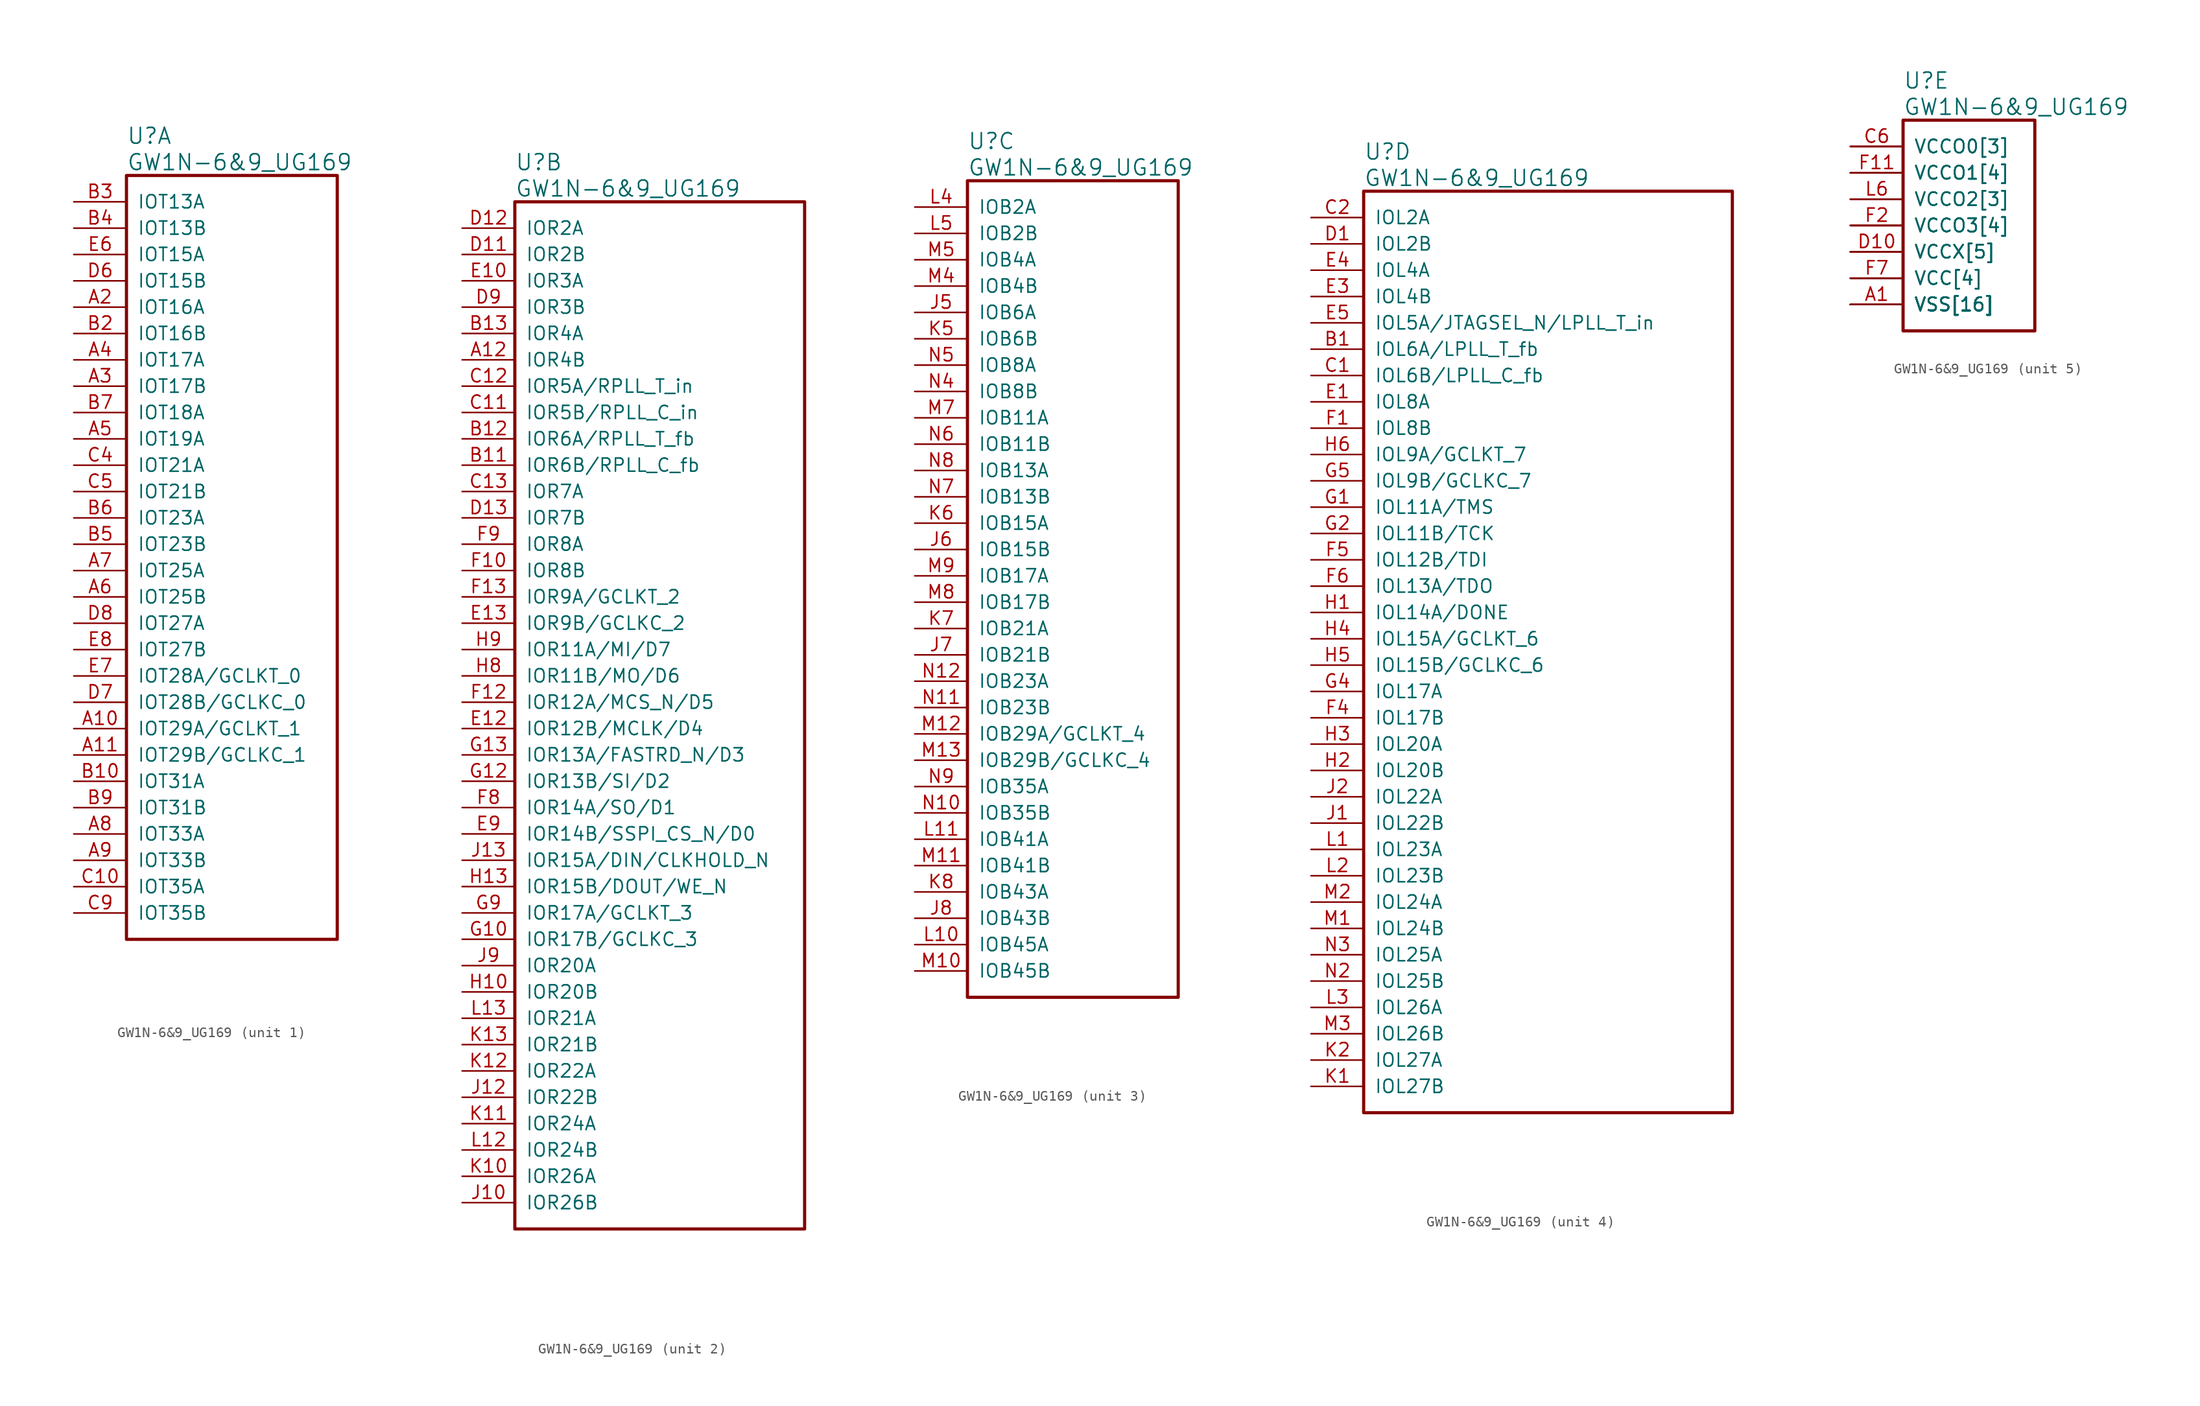
<source format=kicad_sym>
(kicad_symbol_lib
  (version 20220914)
  (generator kicad_symbol_editor)
  (symbol "GW1N-6&9_UG169"
    (pin_names
      (offset 1.016))
    (property "Reference" "U"
      (at 5.08 6.35 0)
      (effects (font (size 1.524 1.524)) (justify left)))
    (property "Value" "GW1N-6&9_UG169"
      (at 5.08 3.81 0)
      (effects (font (size 1.524 1.524)) (justify left)))
    (property "ki_locked" ""
      (at 0 0 0)
      (effects (font (size 1.27 1.27))))
    (symbol "GW1N-6&9_UG169_1_1"
      (rectangle (start 5.08 2.54) (end 25.4 -71.12) (stroke (width 0.305) (type solid)) (fill (type none)))
      (pin bidirectional line (at 0 -50.8 0) (length 5.08) (name "IOT29A/GCLKT_1" (effects (font (size 1.27 1.27)))) (number "A10" (effects (font (size 1.27 1.27)))))
      (pin bidirectional line (at 0 -53.34 0) (length 5.08) (name "IOT29B/GCLKC_1" (effects (font (size 1.27 1.27)))) (number "A11" (effects (font (size 1.27 1.27)))))
      (pin bidirectional line (at 0 -10.16 0) (length 5.08) (name "IOT16A" (effects (font (size 1.27 1.27)))) (number "A2" (effects (font (size 1.27 1.27)))))
      (pin bidirectional line (at 0 -17.78 0) (length 5.08) (name "IOT17B" (effects (font (size 1.27 1.27)))) (number "A3" (effects (font (size 1.27 1.27)))))
      (pin bidirectional line (at 0 -15.24 0) (length 5.08) (name "IOT17A" (effects (font (size 1.27 1.27)))) (number "A4" (effects (font (size 1.27 1.27)))))
      (pin bidirectional line (at 0 -22.86 0) (length 5.08) (name "IOT19A" (effects (font (size 1.27 1.27)))) (number "A5" (effects (font (size 1.27 1.27)))))
      (pin bidirectional line (at 0 -38.1 0) (length 5.08) (name "IOT25B" (effects (font (size 1.27 1.27)))) (number "A6" (effects (font (size 1.27 1.27)))))
      (pin bidirectional line (at 0 -35.56 0) (length 5.08) (name "IOT25A" (effects (font (size 1.27 1.27)))) (number "A7" (effects (font (size 1.27 1.27)))))
      (pin bidirectional line (at 0 -60.96 0) (length 5.08) (name "IOT33A" (effects (font (size 1.27 1.27)))) (number "A8" (effects (font (size 1.27 1.27)))))
      (pin bidirectional line (at 0 -63.5 0) (length 5.08) (name "IOT33B" (effects (font (size 1.27 1.27)))) (number "A9" (effects (font (size 1.27 1.27)))))
      (pin bidirectional line (at 0 -55.88 0) (length 5.08) (name "IOT31A" (effects (font (size 1.27 1.27)))) (number "B10" (effects (font (size 1.27 1.27)))))
      (pin bidirectional line (at 0 -12.7 0) (length 5.08) (name "IOT16B" (effects (font (size 1.27 1.27)))) (number "B2" (effects (font (size 1.27 1.27)))))
      (pin bidirectional line (at 0 0 0) (length 5.08) (name "IOT13A" (effects (font (size 1.27 1.27)))) (number "B3" (effects (font (size 1.27 1.27)))))
      (pin bidirectional line (at 0 -2.54 0) (length 5.08) (name "IOT13B" (effects (font (size 1.27 1.27)))) (number "B4" (effects (font (size 1.27 1.27)))))
      (pin bidirectional line (at 0 -33.02 0) (length 5.08) (name "IOT23B" (effects (font (size 1.27 1.27)))) (number "B5" (effects (font (size 1.27 1.27)))))
      (pin bidirectional line (at 0 -30.48 0) (length 5.08) (name "IOT23A" (effects (font (size 1.27 1.27)))) (number "B6" (effects (font (size 1.27 1.27)))))
      (pin bidirectional line (at 0 -20.32 0) (length 5.08) (name "IOT18A" (effects (font (size 1.27 1.27)))) (number "B7" (effects (font (size 1.27 1.27)))))
      (pin bidirectional line (at 0 -58.42 0) (length 5.08) (name "IOT31B" (effects (font (size 1.27 1.27)))) (number "B9" (effects (font (size 1.27 1.27)))))
      (pin bidirectional line (at 0 -66.04 0) (length 5.08) (name "IOT35A" (effects (font (size 1.27 1.27)))) (number "C10" (effects (font (size 1.27 1.27)))))
      (pin bidirectional line (at 0 -25.4 0) (length 5.08) (name "IOT21A" (effects (font (size 1.27 1.27)))) (number "C4" (effects (font (size 1.27 1.27)))))
      (pin bidirectional line (at 0 -27.94 0) (length 5.08) (name "IOT21B" (effects (font (size 1.27 1.27)))) (number "C5" (effects (font (size 1.27 1.27)))))
      (pin bidirectional line (at 0 -68.58 0) (length 5.08) (name "IOT35B" (effects (font (size 1.27 1.27)))) (number "C9" (effects (font (size 1.27 1.27)))))
      (pin bidirectional line (at 0 -7.62 0) (length 5.08) (name "IOT15B" (effects (font (size 1.27 1.27)))) (number "D6" (effects (font (size 1.27 1.27)))))
      (pin bidirectional line (at 0 -48.26 0) (length 5.08) (name "IOT28B/GCLKC_0" (effects (font (size 1.27 1.27)))) (number "D7" (effects (font (size 1.27 1.27)))))
      (pin bidirectional line (at 0 -40.64 0) (length 5.08) (name "IOT27A" (effects (font (size 1.27 1.27)))) (number "D8" (effects (font (size 1.27 1.27)))))
      (pin bidirectional line (at 0 -5.08 0) (length 5.08) (name "IOT15A" (effects (font (size 1.27 1.27)))) (number "E6" (effects (font (size 1.27 1.27)))))
      (pin bidirectional line (at 0 -45.72 0) (length 5.08) (name "IOT28A/GCLKT_0" (effects (font (size 1.27 1.27)))) (number "E7" (effects (font (size 1.27 1.27)))))
      (pin bidirectional line (at 0 -43.18 0) (length 5.08) (name "IOT27B" (effects (font (size 1.27 1.27)))) (number "E8" (effects (font (size 1.27 1.27))))))
    (symbol "GW1N-6&9_UG169_2_1"
      (rectangle (start 5.08 2.54) (end 33.02 -96.52) (stroke (width 0.305) (type solid)) (fill (type none)))
      (pin bidirectional line (at 0 -12.7 0) (length 5.08) (name "IOR4B" (effects (font (size 1.27 1.27)))) (number "A12" (effects (font (size 1.27 1.27)))))
      (pin bidirectional line (at 0 -22.86 0) (length 5.08) (name "IOR6B/RPLL_C_fb" (effects (font (size 1.27 1.27)))) (number "B11" (effects (font (size 1.27 1.27)))))
      (pin bidirectional line (at 0 -20.32 0) (length 5.08) (name "IOR6A/RPLL_T_fb" (effects (font (size 1.27 1.27)))) (number "B12" (effects (font (size 1.27 1.27)))))
      (pin bidirectional line (at 0 -10.16 0) (length 5.08) (name "IOR4A" (effects (font (size 1.27 1.27)))) (number "B13" (effects (font (size 1.27 1.27)))))
      (pin bidirectional line (at 0 -17.78 0) (length 5.08) (name "IOR5B/RPLL_C_in" (effects (font (size 1.27 1.27)))) (number "C11" (effects (font (size 1.27 1.27)))))
      (pin bidirectional line (at 0 -15.24 0) (length 5.08) (name "IOR5A/RPLL_T_in" (effects (font (size 1.27 1.27)))) (number "C12" (effects (font (size 1.27 1.27)))))
      (pin bidirectional line (at 0 -25.4 0) (length 5.08) (name "IOR7A" (effects (font (size 1.27 1.27)))) (number "C13" (effects (font (size 1.27 1.27)))))
      (pin bidirectional line (at 0 -2.54 0) (length 5.08) (name "IOR2B" (effects (font (size 1.27 1.27)))) (number "D11" (effects (font (size 1.27 1.27)))))
      (pin bidirectional line (at 0 0 0) (length 5.08) (name "IOR2A" (effects (font (size 1.27 1.27)))) (number "D12" (effects (font (size 1.27 1.27)))))
      (pin bidirectional line (at 0 -27.94 0) (length 5.08) (name "IOR7B" (effects (font (size 1.27 1.27)))) (number "D13" (effects (font (size 1.27 1.27)))))
      (pin bidirectional line (at 0 -7.62 0) (length 5.08) (name "IOR3B" (effects (font (size 1.27 1.27)))) (number "D9" (effects (font (size 1.27 1.27)))))
      (pin bidirectional line (at 0 -5.08 0) (length 5.08) (name "IOR3A" (effects (font (size 1.27 1.27)))) (number "E10" (effects (font (size 1.27 1.27)))))
      (pin bidirectional line (at 0 -48.26 0) (length 5.08) (name "IOR12B/MCLK/D4" (effects (font (size 1.27 1.27)))) (number "E12" (effects (font (size 1.27 1.27)))))
      (pin bidirectional line (at 0 -38.1 0) (length 5.08) (name "IOR9B/GCLKC_2" (effects (font (size 1.27 1.27)))) (number "E13" (effects (font (size 1.27 1.27)))))
      (pin bidirectional line (at 0 -58.42 0) (length 5.08) (name "IOR14B/SSPI_CS_N/D0" (effects (font (size 1.27 1.27)))) (number "E9" (effects (font (size 1.27 1.27)))))
      (pin bidirectional line (at 0 -33.02 0) (length 5.08) (name "IOR8B" (effects (font (size 1.27 1.27)))) (number "F10" (effects (font (size 1.27 1.27)))))
      (pin bidirectional line (at 0 -45.72 0) (length 5.08) (name "IOR12A/MCS_N/D5" (effects (font (size 1.27 1.27)))) (number "F12" (effects (font (size 1.27 1.27)))))
      (pin bidirectional line (at 0 -35.56 0) (length 5.08) (name "IOR9A/GCLKT_2" (effects (font (size 1.27 1.27)))) (number "F13" (effects (font (size 1.27 1.27)))))
      (pin bidirectional line (at 0 -55.88 0) (length 5.08) (name "IOR14A/SO/D1" (effects (font (size 1.27 1.27)))) (number "F8" (effects (font (size 1.27 1.27)))))
      (pin bidirectional line (at 0 -30.48 0) (length 5.08) (name "IOR8A" (effects (font (size 1.27 1.27)))) (number "F9" (effects (font (size 1.27 1.27)))))
      (pin bidirectional line (at 0 -68.58 0) (length 5.08) (name "IOR17B/GCLKC_3" (effects (font (size 1.27 1.27)))) (number "G10" (effects (font (size 1.27 1.27)))))
      (pin bidirectional line (at 0 -53.34 0) (length 5.08) (name "IOR13B/SI/D2" (effects (font (size 1.27 1.27)))) (number "G12" (effects (font (size 1.27 1.27)))))
      (pin bidirectional line (at 0 -50.8 0) (length 5.08) (name "IOR13A/FASTRD_N/D3" (effects (font (size 1.27 1.27)))) (number "G13" (effects (font (size 1.27 1.27)))))
      (pin bidirectional line (at 0 -66.04 0) (length 5.08) (name "IOR17A/GCLKT_3" (effects (font (size 1.27 1.27)))) (number "G9" (effects (font (size 1.27 1.27)))))
      (pin bidirectional line (at 0 -73.66 0) (length 5.08) (name "IOR20B" (effects (font (size 1.27 1.27)))) (number "H10" (effects (font (size 1.27 1.27)))))
      (pin bidirectional line (at 0 -63.5 0) (length 5.08) (name "IOR15B/DOUT/WE_N" (effects (font (size 1.27 1.27)))) (number "H13" (effects (font (size 1.27 1.27)))))
      (pin bidirectional line (at 0 -43.18 0) (length 5.08) (name "IOR11B/MO/D6" (effects (font (size 1.27 1.27)))) (number "H8" (effects (font (size 1.27 1.27)))))
      (pin bidirectional line (at 0 -40.64 0) (length 5.08) (name "IOR11A/MI/D7" (effects (font (size 1.27 1.27)))) (number "H9" (effects (font (size 1.27 1.27)))))
      (pin bidirectional line (at 0 -93.98 0) (length 5.08) (name "IOR26B" (effects (font (size 1.27 1.27)))) (number "J10" (effects (font (size 1.27 1.27)))))
      (pin bidirectional line (at 0 -83.82 0) (length 5.08) (name "IOR22B" (effects (font (size 1.27 1.27)))) (number "J12" (effects (font (size 1.27 1.27)))))
      (pin bidirectional line (at 0 -60.96 0) (length 5.08) (name "IOR15A/DIN/CLKHOLD_N" (effects (font (size 1.27 1.27)))) (number "J13" (effects (font (size 1.27 1.27)))))
      (pin bidirectional line (at 0 -71.12 0) (length 5.08) (name "IOR20A" (effects (font (size 1.27 1.27)))) (number "J9" (effects (font (size 1.27 1.27)))))
      (pin bidirectional line (at 0 -91.44 0) (length 5.08) (name "IOR26A" (effects (font (size 1.27 1.27)))) (number "K10" (effects (font (size 1.27 1.27)))))
      (pin bidirectional line (at 0 -86.36 0) (length 5.08) (name "IOR24A" (effects (font (size 1.27 1.27)))) (number "K11" (effects (font (size 1.27 1.27)))))
      (pin bidirectional line (at 0 -81.28 0) (length 5.08) (name "IOR22A" (effects (font (size 1.27 1.27)))) (number "K12" (effects (font (size 1.27 1.27)))))
      (pin bidirectional line (at 0 -78.74 0) (length 5.08) (name "IOR21B" (effects (font (size 1.27 1.27)))) (number "K13" (effects (font (size 1.27 1.27)))))
      (pin bidirectional line (at 0 -88.9 0) (length 5.08) (name "IOR24B" (effects (font (size 1.27 1.27)))) (number "L12" (effects (font (size 1.27 1.27)))))
      (pin bidirectional line (at 0 -76.2 0) (length 5.08) (name "IOR21A" (effects (font (size 1.27 1.27)))) (number "L13" (effects (font (size 1.27 1.27))))))
    (symbol "GW1N-6&9_UG169_3_1"
      (rectangle (start 5.08 2.54) (end 25.4 -76.2) (stroke (width 0.305) (type solid)) (fill (type none)))
      (pin bidirectional line (at 0 -10.16 0) (length 5.08) (name "IOB6A" (effects (font (size 1.27 1.27)))) (number "J5" (effects (font (size 1.27 1.27)))))
      (pin bidirectional line (at 0 -33.02 0) (length 5.08) (name "IOB15B" (effects (font (size 1.27 1.27)))) (number "J6" (effects (font (size 1.27 1.27)))))
      (pin bidirectional line (at 0 -43.18 0) (length 5.08) (name "IOB21B" (effects (font (size 1.27 1.27)))) (number "J7" (effects (font (size 1.27 1.27)))))
      (pin bidirectional line (at 0 -68.58 0) (length 5.08) (name "IOB43B" (effects (font (size 1.27 1.27)))) (number "J8" (effects (font (size 1.27 1.27)))))
      (pin bidirectional line (at 0 -12.7 0) (length 5.08) (name "IOB6B" (effects (font (size 1.27 1.27)))) (number "K5" (effects (font (size 1.27 1.27)))))
      (pin bidirectional line (at 0 -30.48 0) (length 5.08) (name "IOB15A" (effects (font (size 1.27 1.27)))) (number "K6" (effects (font (size 1.27 1.27)))))
      (pin bidirectional line (at 0 -40.64 0) (length 5.08) (name "IOB21A" (effects (font (size 1.27 1.27)))) (number "K7" (effects (font (size 1.27 1.27)))))
      (pin bidirectional line (at 0 -66.04 0) (length 5.08) (name "IOB43A" (effects (font (size 1.27 1.27)))) (number "K8" (effects (font (size 1.27 1.27)))))
      (pin bidirectional line (at 0 -71.12 0) (length 5.08) (name "IOB45A" (effects (font (size 1.27 1.27)))) (number "L10" (effects (font (size 1.27 1.27)))))
      (pin bidirectional line (at 0 -60.96 0) (length 5.08) (name "IOB41A" (effects (font (size 1.27 1.27)))) (number "L11" (effects (font (size 1.27 1.27)))))
      (pin bidirectional line (at 0 0 0) (length 5.08) (name "IOB2A" (effects (font (size 1.27 1.27)))) (number "L4" (effects (font (size 1.27 1.27)))))
      (pin bidirectional line (at 0 -2.54 0) (length 5.08) (name "IOB2B" (effects (font (size 1.27 1.27)))) (number "L5" (effects (font (size 1.27 1.27)))))
      (pin bidirectional line (at 0 -73.66 0) (length 5.08) (name "IOB45B" (effects (font (size 1.27 1.27)))) (number "M10" (effects (font (size 1.27 1.27)))))
      (pin bidirectional line (at 0 -63.5 0) (length 5.08) (name "IOB41B" (effects (font (size 1.27 1.27)))) (number "M11" (effects (font (size 1.27 1.27)))))
      (pin bidirectional line (at 0 -50.8 0) (length 5.08) (name "IOB29A/GCLKT_4" (effects (font (size 1.27 1.27)))) (number "M12" (effects (font (size 1.27 1.27)))))
      (pin bidirectional line (at 0 -53.34 0) (length 5.08) (name "IOB29B/GCLKC_4" (effects (font (size 1.27 1.27)))) (number "M13" (effects (font (size 1.27 1.27)))))
      (pin bidirectional line (at 0 -7.62 0) (length 5.08) (name "IOB4B" (effects (font (size 1.27 1.27)))) (number "M4" (effects (font (size 1.27 1.27)))))
      (pin bidirectional line (at 0 -5.08 0) (length 5.08) (name "IOB4A" (effects (font (size 1.27 1.27)))) (number "M5" (effects (font (size 1.27 1.27)))))
      (pin bidirectional line (at 0 -20.32 0) (length 5.08) (name "IOB11A" (effects (font (size 1.27 1.27)))) (number "M7" (effects (font (size 1.27 1.27)))))
      (pin bidirectional line (at 0 -38.1 0) (length 5.08) (name "IOB17B" (effects (font (size 1.27 1.27)))) (number "M8" (effects (font (size 1.27 1.27)))))
      (pin bidirectional line (at 0 -35.56 0) (length 5.08) (name "IOB17A" (effects (font (size 1.27 1.27)))) (number "M9" (effects (font (size 1.27 1.27)))))
      (pin bidirectional line (at 0 -58.42 0) (length 5.08) (name "IOB35B" (effects (font (size 1.27 1.27)))) (number "N10" (effects (font (size 1.27 1.27)))))
      (pin bidirectional line (at 0 -48.26 0) (length 5.08) (name "IOB23B" (effects (font (size 1.27 1.27)))) (number "N11" (effects (font (size 1.27 1.27)))))
      (pin bidirectional line (at 0 -45.72 0) (length 5.08) (name "IOB23A" (effects (font (size 1.27 1.27)))) (number "N12" (effects (font (size 1.27 1.27)))))
      (pin bidirectional line (at 0 -17.78 0) (length 5.08) (name "IOB8B" (effects (font (size 1.27 1.27)))) (number "N4" (effects (font (size 1.27 1.27)))))
      (pin bidirectional line (at 0 -15.24 0) (length 5.08) (name "IOB8A" (effects (font (size 1.27 1.27)))) (number "N5" (effects (font (size 1.27 1.27)))))
      (pin bidirectional line (at 0 -22.86 0) (length 5.08) (name "IOB11B" (effects (font (size 1.27 1.27)))) (number "N6" (effects (font (size 1.27 1.27)))))
      (pin bidirectional line (at 0 -27.94 0) (length 5.08) (name "IOB13B" (effects (font (size 1.27 1.27)))) (number "N7" (effects (font (size 1.27 1.27)))))
      (pin bidirectional line (at 0 -25.4 0) (length 5.08) (name "IOB13A" (effects (font (size 1.27 1.27)))) (number "N8" (effects (font (size 1.27 1.27)))))
      (pin bidirectional line (at 0 -55.88 0) (length 5.08) (name "IOB35A" (effects (font (size 1.27 1.27)))) (number "N9" (effects (font (size 1.27 1.27))))))
    (symbol "GW1N-6&9_UG169_4_1"
      (rectangle (start 5.08 2.54) (end 40.64 -86.36) (stroke (width 0.305) (type solid)) (fill (type none)))
      (pin bidirectional line (at 0 -12.7 0) (length 5.08) (name "IOL6A/LPLL_T_fb" (effects (font (size 1.27 1.27)))) (number "B1" (effects (font (size 1.27 1.27)))))
      (pin bidirectional line (at 0 -15.24 0) (length 5.08) (name "IOL6B/LPLL_C_fb" (effects (font (size 1.27 1.27)))) (number "C1" (effects (font (size 1.27 1.27)))))
      (pin bidirectional line (at 0 0 0) (length 5.08) (name "IOL2A" (effects (font (size 1.27 1.27)))) (number "C2" (effects (font (size 1.27 1.27)))))
      (pin bidirectional line (at 0 -2.54 0) (length 5.08) (name "IOL2B" (effects (font (size 1.27 1.27)))) (number "D1" (effects (font (size 1.27 1.27)))))
      (pin bidirectional line (at 0 -17.78 0) (length 5.08) (name "IOL8A" (effects (font (size 1.27 1.27)))) (number "E1" (effects (font (size 1.27 1.27)))))
      (pin bidirectional line (at 0 -7.62 0) (length 5.08) (name "IOL4B" (effects (font (size 1.27 1.27)))) (number "E3" (effects (font (size 1.27 1.27)))))
      (pin bidirectional line (at 0 -5.08 0) (length 5.08) (name "IOL4A" (effects (font (size 1.27 1.27)))) (number "E4" (effects (font (size 1.27 1.27)))))
      (pin bidirectional line (at 0 -10.16 0) (length 5.08) (name "IOL5A/JTAGSEL_N/LPLL_T_in" (effects (font (size 1.27 1.27)))) (number "E5" (effects (font (size 1.27 1.27)))))
      (pin bidirectional line (at 0 -20.32 0) (length 5.08) (name "IOL8B" (effects (font (size 1.27 1.27)))) (number "F1" (effects (font (size 1.27 1.27)))))
      (pin bidirectional line (at 0 -48.26 0) (length 5.08) (name "IOL17B" (effects (font (size 1.27 1.27)))) (number "F4" (effects (font (size 1.27 1.27)))))
      (pin bidirectional line (at 0 -33.02 0) (length 5.08) (name "IOL12B/TDI" (effects (font (size 1.27 1.27)))) (number "F5" (effects (font (size 1.27 1.27)))))
      (pin bidirectional line (at 0 -35.56 0) (length 5.08) (name "IOL13A/TDO" (effects (font (size 1.27 1.27)))) (number "F6" (effects (font (size 1.27 1.27)))))
      (pin bidirectional line (at 0 -27.94 0) (length 5.08) (name "IOL11A/TMS" (effects (font (size 1.27 1.27)))) (number "G1" (effects (font (size 1.27 1.27)))))
      (pin bidirectional line (at 0 -30.48 0) (length 5.08) (name "IOL11B/TCK" (effects (font (size 1.27 1.27)))) (number "G2" (effects (font (size 1.27 1.27)))))
      (pin bidirectional line (at 0 -45.72 0) (length 5.08) (name "IOL17A" (effects (font (size 1.27 1.27)))) (number "G4" (effects (font (size 1.27 1.27)))))
      (pin bidirectional line (at 0 -25.4 0) (length 5.08) (name "IOL9B/GCLKC_7" (effects (font (size 1.27 1.27)))) (number "G5" (effects (font (size 1.27 1.27)))))
      (pin bidirectional line (at 0 -38.1 0) (length 5.08) (name "IOL14A/DONE" (effects (font (size 1.27 1.27)))) (number "H1" (effects (font (size 1.27 1.27)))))
      (pin bidirectional line (at 0 -53.34 0) (length 5.08) (name "IOL20B" (effects (font (size 1.27 1.27)))) (number "H2" (effects (font (size 1.27 1.27)))))
      (pin bidirectional line (at 0 -50.8 0) (length 5.08) (name "IOL20A" (effects (font (size 1.27 1.27)))) (number "H3" (effects (font (size 1.27 1.27)))))
      (pin bidirectional line (at 0 -40.64 0) (length 5.08) (name "IOL15A/GCLKT_6" (effects (font (size 1.27 1.27)))) (number "H4" (effects (font (size 1.27 1.27)))))
      (pin bidirectional line (at 0 -43.18 0) (length 5.08) (name "IOL15B/GCLKC_6" (effects (font (size 1.27 1.27)))) (number "H5" (effects (font (size 1.27 1.27)))))
      (pin bidirectional line (at 0 -22.86 0) (length 5.08) (name "IOL9A/GCLKT_7" (effects (font (size 1.27 1.27)))) (number "H6" (effects (font (size 1.27 1.27)))))
      (pin bidirectional line (at 0 -58.42 0) (length 5.08) (name "IOL22B" (effects (font (size 1.27 1.27)))) (number "J1" (effects (font (size 1.27 1.27)))))
      (pin bidirectional line (at 0 -55.88 0) (length 5.08) (name "IOL22A" (effects (font (size 1.27 1.27)))) (number "J2" (effects (font (size 1.27 1.27)))))
      (pin bidirectional line (at 0 -83.82 0) (length 5.08) (name "IOL27B" (effects (font (size 1.27 1.27)))) (number "K1" (effects (font (size 1.27 1.27)))))
      (pin bidirectional line (at 0 -81.28 0) (length 5.08) (name "IOL27A" (effects (font (size 1.27 1.27)))) (number "K2" (effects (font (size 1.27 1.27)))))
      (pin bidirectional line (at 0 -60.96 0) (length 5.08) (name "IOL23A" (effects (font (size 1.27 1.27)))) (number "L1" (effects (font (size 1.27 1.27)))))
      (pin bidirectional line (at 0 -63.5 0) (length 5.08) (name "IOL23B" (effects (font (size 1.27 1.27)))) (number "L2" (effects (font (size 1.27 1.27)))))
      (pin bidirectional line (at 0 -76.2 0) (length 5.08) (name "IOL26A" (effects (font (size 1.27 1.27)))) (number "L3" (effects (font (size 1.27 1.27)))))
      (pin bidirectional line (at 0 -68.58 0) (length 5.08) (name "IOL24B" (effects (font (size 1.27 1.27)))) (number "M1" (effects (font (size 1.27 1.27)))))
      (pin bidirectional line (at 0 -66.04 0) (length 5.08) (name "IOL24A" (effects (font (size 1.27 1.27)))) (number "M2" (effects (font (size 1.27 1.27)))))
      (pin bidirectional line (at 0 -78.74 0) (length 5.08) (name "IOL26B" (effects (font (size 1.27 1.27)))) (number "M3" (effects (font (size 1.27 1.27)))))
      (pin bidirectional line (at 0 -73.66 0) (length 5.08) (name "IOL25B" (effects (font (size 1.27 1.27)))) (number "N2" (effects (font (size 1.27 1.27)))))
      (pin bidirectional line (at 0 -71.12 0) (length 5.08) (name "IOL25A" (effects (font (size 1.27 1.27)))) (number "N3" (effects (font (size 1.27 1.27))))))
    (symbol "GW1N-6&9_UG169_5_1"
      (rectangle (start 5.08 2.54) (end 17.78 -17.78) (stroke (width 0.305) (type solid)) (fill (type none)))
      (pin power_in line (at 0 -15.24 0) (length 5.08) (name "VSS[16]" (effects (font (size 1.27 1.27)))) (number "A1" (effects (font (size 1.27 1.27)))))
      (pin power_in line (at 0 -15.24 0) (length 5.08) (name "VSS[16]" (effects (font (size 1.27 1.27)))) (number "A13" (effects (font (size 0 0)))))
      (pin power_in line (at 0 -15.24 0) (length 5.08) (name "VSS[16]" (effects (font (size 1.27 1.27)))) (number "B8" (effects (font (size 0 0)))))
      (pin power_in line (at 0 -15.24 0) (length 5.08) (name "VSS[16]" (effects (font (size 1.27 1.27)))) (number "C3" (effects (font (size 0 0)))))
      (pin power_in line (at 0 0 0) (length 5.08) (name "VCCO0[3]" (effects (font (size 1.27 1.27)))) (number "C6" (effects (font (size 1.27 1.27)))))
      (pin power_in line (at 0 0 0) (length 5.08) (name "VCCO0[3]" (effects (font (size 1.27 1.27)))) (number "C7" (effects (font (size 0 0)))))
      (pin power_in line (at 0 0 0) (length 5.08) (name "VCCO0[3]" (effects (font (size 1.27 1.27)))) (number "C8" (effects (font (size 0 0)))))
      (pin power_in line (at 0 -10.16 0) (length 5.08) (name "VCCX[5]" (effects (font (size 1.27 1.27)))) (number "D10" (effects (font (size 1.27 1.27)))))
      (pin power_in line (at 0 -15.24 0) (length 5.08) (name "VSS[16]" (effects (font (size 1.27 1.27)))) (number "D2" (effects (font (size 0 0)))))
      (pin power_in line (at 0 -10.16 0) (length 5.08) (name "VCCX[5]" (effects (font (size 1.27 1.27)))) (number "D3" (effects (font (size 0 0)))))
      (pin power_in line (at 0 -10.16 0) (length 5.08) (name "VCCX[5]" (effects (font (size 1.27 1.27)))) (number "D4" (effects (font (size 0 0)))))
      (pin power_in line (at 0 -15.24 0) (length 5.08) (name "VSS[16]" (effects (font (size 1.27 1.27)))) (number "D5" (effects (font (size 0 0)))))
      (pin power_in line (at 0 -15.24 0) (length 5.08) (name "VSS[16]" (effects (font (size 1.27 1.27)))) (number "E11" (effects (font (size 0 0)))))
      (pin power_in line (at 0 -15.24 0) (length 5.08) (name "VSS[16]" (effects (font (size 1.27 1.27)))) (number "E2" (effects (font (size 0 0)))))
      (pin power_in line (at 0 -2.54 0) (length 5.08) (name "VCCO1[4]" (effects (font (size 1.27 1.27)))) (number "F11" (effects (font (size 1.27 1.27)))))
      (pin power_in line (at 0 -7.62 0) (length 5.08) (name "VCCO3[4]" (effects (font (size 1.27 1.27)))) (number "F2" (effects (font (size 1.27 1.27)))))
      (pin power_in line (at 0 -15.24 0) (length 5.08) (name "VSS[16]" (effects (font (size 1.27 1.27)))) (number "F3" (effects (font (size 0 0)))))
      (pin power_in line (at 0 -12.7 0) (length 5.08) (name "VCC[4]" (effects (font (size 1.27 1.27)))) (number "F7" (effects (font (size 1.27 1.27)))))
      (pin power_in line (at 0 -2.54 0) (length 5.08) (name "VCCO1[4]" (effects (font (size 1.27 1.27)))) (number "G11" (effects (font (size 0 0)))))
      (pin power_in line (at 0 -7.62 0) (length 5.08) (name "VCCO3[4]" (effects (font (size 1.27 1.27)))) (number "G3" (effects (font (size 0 0)))))
      (pin power_in line (at 0 -12.7 0) (length 5.08) (name "VCC[4]" (effects (font (size 1.27 1.27)))) (number "G6" (effects (font (size 0 0)))))
      (pin power_in line (at 0 -15.24 0) (length 5.08) (name "VSS[16]" (effects (font (size 1.27 1.27)))) (number "G7" (effects (font (size 0 0)))))
      (pin power_in line (at 0 -12.7 0) (length 5.08) (name "VCC[4]" (effects (font (size 1.27 1.27)))) (number "G8" (effects (font (size 0 0)))))
      (pin power_in line (at 0 -2.54 0) (length 5.08) (name "VCCO1[4]" (effects (font (size 1.27 1.27)))) (number "H11" (effects (font (size 0 0)))))
      (pin power_in line (at 0 -15.24 0) (length 5.08) (name "VSS[16]" (effects (font (size 1.27 1.27)))) (number "H12" (effects (font (size 0 0)))))
      (pin power_in line (at 0 -12.7 0) (length 5.08) (name "VCC[4]" (effects (font (size 1.27 1.27)))) (number "H7" (effects (font (size 0 0)))))
      (pin power_in line (at 0 -2.54 0) (length 5.08) (name "VCCO1[4]" (effects (font (size 1.27 1.27)))) (number "J11" (effects (font (size 0 0)))))
      (pin power_in line (at 0 -7.62 0) (length 5.08) (name "VCCO3[4]" (effects (font (size 1.27 1.27)))) (number "J3" (effects (font (size 0 0)))))
      (pin power_in line (at 0 -15.24 0) (length 5.08) (name "VSS[16]" (effects (font (size 1.27 1.27)))) (number "J4" (effects (font (size 0 0)))))
      (pin power_in line (at 0 -7.62 0) (length 5.08) (name "VCCO3[4]" (effects (font (size 1.27 1.27)))) (number "K3" (effects (font (size 0 0)))))
      (pin power_in line (at 0 -10.16 0) (length 5.08) (name "VCCX[5]" (effects (font (size 1.27 1.27)))) (number "K4" (effects (font (size 0 0)))))
      (pin power_in line (at 0 -10.16 0) (length 5.08) (name "VCCX[5]" (effects (font (size 1.27 1.27)))) (number "K9" (effects (font (size 0 0)))))
      (pin power_in line (at 0 -5.08 0) (length 5.08) (name "VCCO2[3]" (effects (font (size 1.27 1.27)))) (number "L6" (effects (font (size 1.27 1.27)))))
      (pin power_in line (at 0 -5.08 0) (length 5.08) (name "VCCO2[3]" (effects (font (size 1.27 1.27)))) (number "L7" (effects (font (size 0 0)))))
      (pin power_in line (at 0 -5.08 0) (length 5.08) (name "VCCO2[3]" (effects (font (size 1.27 1.27)))) (number "L8" (effects (font (size 0 0)))))
      (pin power_in line (at 0 -15.24 0) (length 5.08) (name "VSS[16]" (effects (font (size 1.27 1.27)))) (number "L9" (effects (font (size 0 0)))))
      (pin power_in line (at 0 -15.24 0) (length 5.08) (name "VSS[16]" (effects (font (size 1.27 1.27)))) (number "M6" (effects (font (size 0 0)))))
      (pin power_in line (at 0 -15.24 0) (length 5.08) (name "VSS[16]" (effects (font (size 1.27 1.27)))) (number "N1" (effects (font (size 0 0)))))
      (pin power_in line (at 0 -15.24 0) (length 5.08) (name "VSS[16]" (effects (font (size 1.27 1.27)))) (number "N13" (effects (font (size 0 0))))))))
</source>
